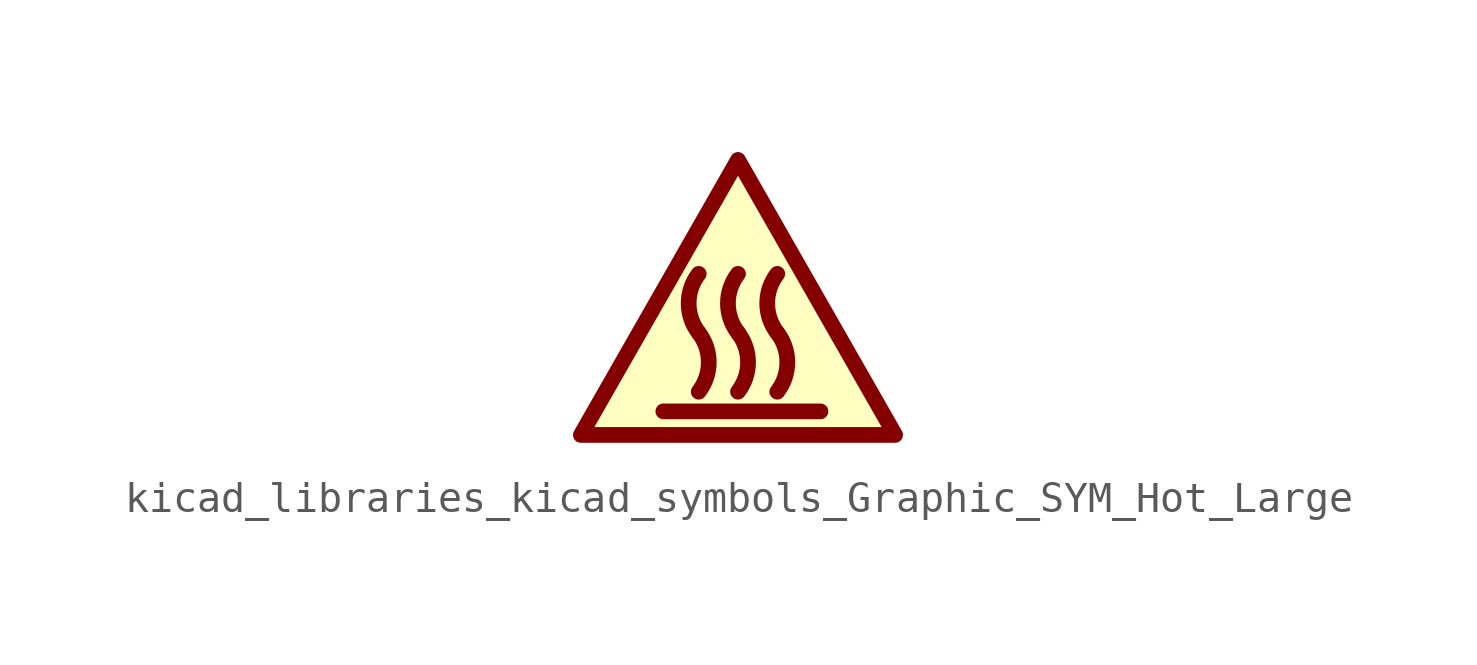
<source format=kicad_sym>
(kicad_symbol_lib
  (version 20220914)
  (generator kicad_symbol_editor)
  (symbol "kicad_libraries_kicad_symbols_Graphic_SYM_Hot_Large"
    (property "Reference" "#SYM"
      (at 0 5.08 0)
      (effects (font (size 1.27 1.27)) hide))
    (symbol "kicad_libraries_kicad_symbols_Graphic_SYM_Hot_Large_0_1"
      (arc (start -1.27 -3.683) (mid -0.9449 -2.728) (end -1.27 -1.778) (stroke (width 0.508) (type default)) (fill (type none)))
      (arc (start -1.27 0.127) (mid -1.5951 -0.828) (end -1.27 -1.778) (stroke (width 0.508) (type default)) (fill (type none)))
      (arc (start 0 -3.683) (mid 0.3251 -2.728) (end 0 -1.778) (stroke (width 0.508) (type default)) (fill (type none)))
      (polyline (pts (xy -2.413 -4.318) (xy 2.667 -4.318)) (stroke (width 0.508) (type default)) (fill (type none)))
      (polyline (pts (xy -5.08 -5.08) (xy 5.08 -5.08) (xy 0 3.81) (xy -5.08 -5.08)) (stroke (width 0.508) (type default)) (fill (type background)))
      (arc (start 0 0.127) (mid -0.3251 -0.828) (end 0 -1.778) (stroke (width 0.508) (type default)) (fill (type none)))
      (arc (start 1.27 -3.683) (mid 1.5951 -2.728) (end 1.27 -1.778) (stroke (width 0.508) (type default)) (fill (type none)))
      (arc (start 1.27 0.127) (mid 0.9449 -0.828) (end 1.27 -1.778) (stroke (width 0.508) (type default)) (fill (type none))))))
</source>
